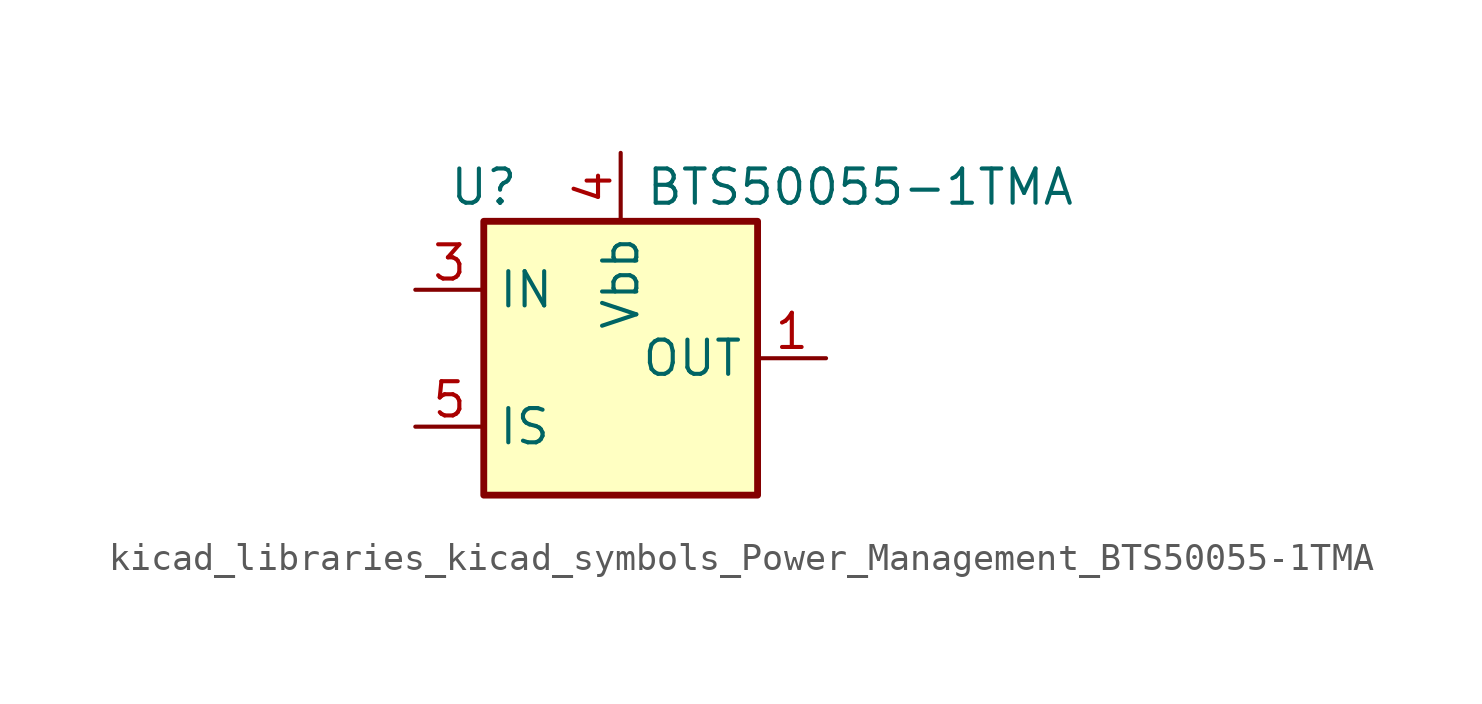
<source format=kicad_sym>
(kicad_symbol_lib
  (version 20220914)
  (generator kicad_symbol_editor)
  (symbol "kicad_libraries_kicad_symbols_Power_Management_BTS50055-1TMA"
    (property "Reference" "U"
      (at -5.08 6.35 0)
      (effects (font (size 1.27 1.27))))
    (property "Value" "BTS50055-1TMA"
      (at 8.89 6.35 0)
      (effects (font (size 1.27 1.27))))
    (symbol "kicad_libraries_kicad_symbols_Power_Management_BTS50055-1TMA_0_1"
      (rectangle (start -5.08 5.08) (end 5.08 -5.08) (stroke (width 0.254) (type default)) (fill (type background))))
    (symbol "kicad_libraries_kicad_symbols_Power_Management_BTS50055-1TMA_1_1"
      (pin power_out line (at 7.62 0 180) (length 2.54) (name "OUT" (effects (font (size 1.27 1.27)))) (number "1" (effects (font (size 1.27 1.27)))))
      (pin passive line (at 7.62 0 180) (length 2.54) hide (name "OUT" (effects (font (size 1.27 1.27)))) (number "2" (effects (font (size 1.27 1.27)))))
      (pin input line (at -7.62 2.54 0) (length 2.54) (name "IN" (effects (font (size 1.27 1.27)))) (number "3" (effects (font (size 1.27 1.27)))))
      (pin power_in line (at 0 7.62 270) (length 2.54) (name "Vbb" (effects (font (size 1.27 1.27)))) (number "4" (effects (font (size 1.27 1.27)))))
      (pin output line (at -7.62 -2.54 0) (length 2.54) (name "IS" (effects (font (size 1.27 1.27)))) (number "5" (effects (font (size 1.27 1.27)))))
      (pin passive line (at 7.62 0 180) (length 2.54) hide (name "OUT" (effects (font (size 1.27 1.27)))) (number "6" (effects (font (size 1.27 1.27)))))
      (pin passive line (at 7.62 0 180) (length 2.54) hide (name "OUT" (effects (font (size 1.27 1.27)))) (number "7" (effects (font (size 1.27 1.27))))))))
</source>
